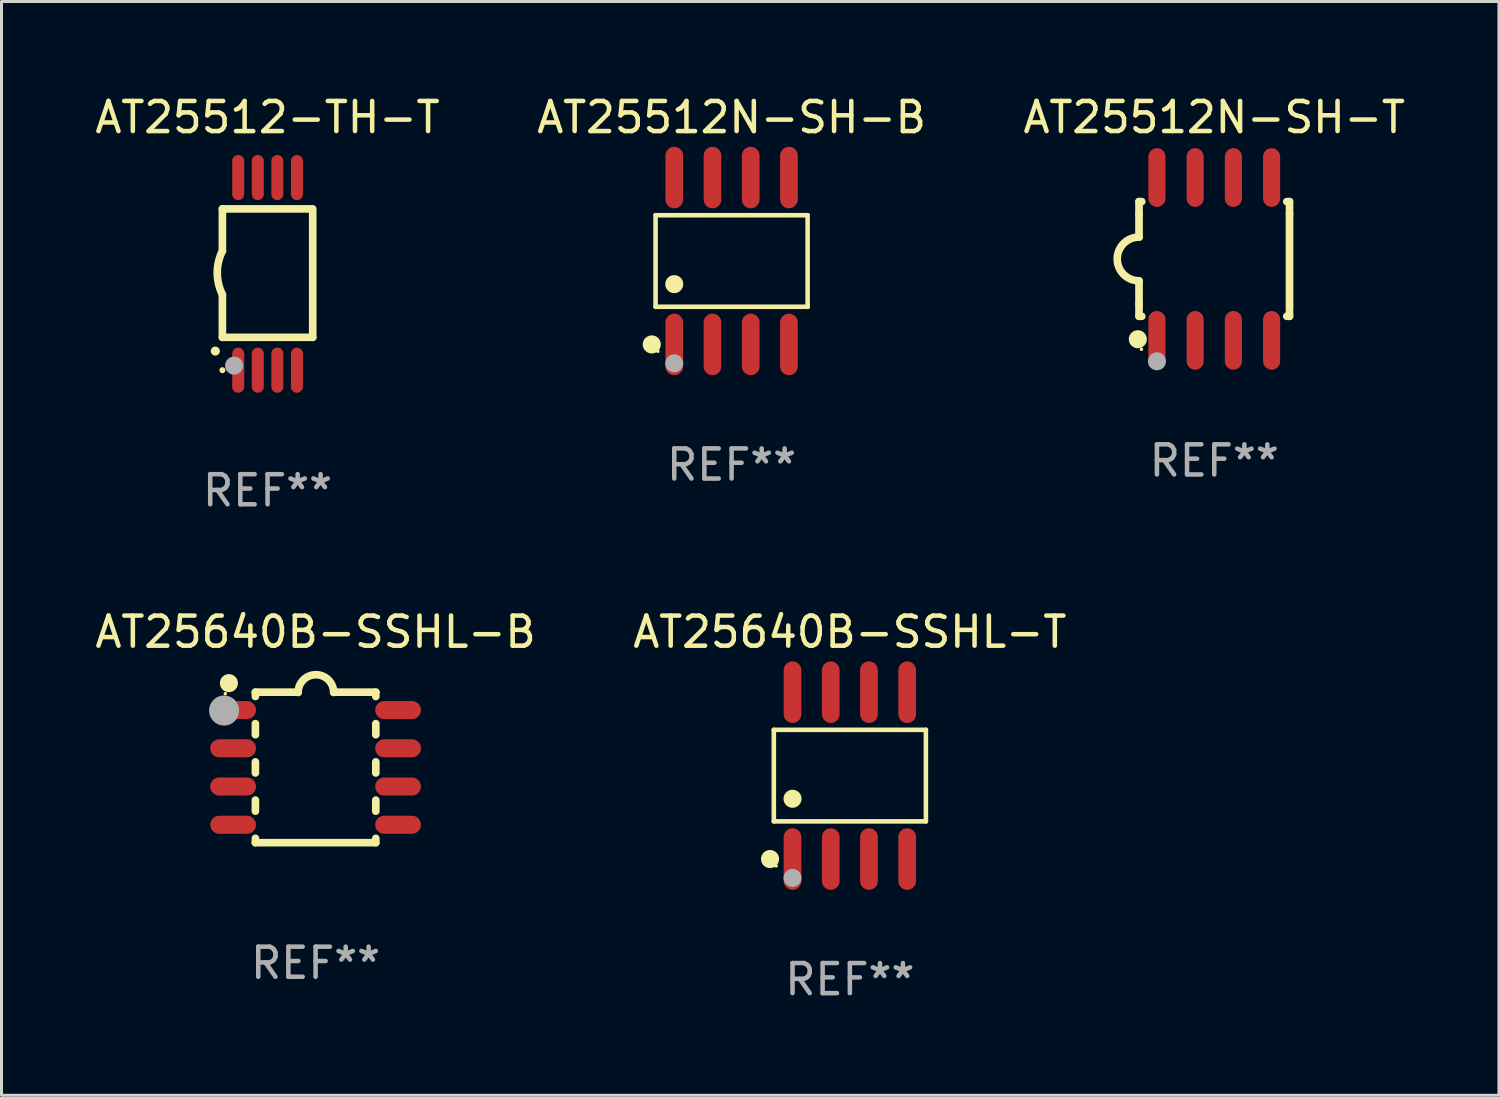
<source format=kicad_pcb>
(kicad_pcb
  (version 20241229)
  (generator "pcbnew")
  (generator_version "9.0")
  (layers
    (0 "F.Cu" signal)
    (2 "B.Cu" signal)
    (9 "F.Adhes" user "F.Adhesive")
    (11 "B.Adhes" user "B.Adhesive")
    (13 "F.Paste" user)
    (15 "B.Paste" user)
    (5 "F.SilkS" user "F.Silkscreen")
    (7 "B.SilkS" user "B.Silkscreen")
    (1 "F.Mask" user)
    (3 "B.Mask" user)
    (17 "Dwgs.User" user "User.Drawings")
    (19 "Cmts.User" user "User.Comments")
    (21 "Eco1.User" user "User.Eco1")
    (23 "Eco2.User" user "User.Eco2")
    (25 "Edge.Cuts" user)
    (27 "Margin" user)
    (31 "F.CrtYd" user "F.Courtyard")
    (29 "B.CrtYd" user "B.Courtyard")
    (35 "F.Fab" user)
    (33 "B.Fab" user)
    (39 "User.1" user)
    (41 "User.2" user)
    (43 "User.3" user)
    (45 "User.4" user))
  (footprint "AT25640B-SSHL-T"
    (layer "F.Cu")
    (at 25.185 22.718)
    (property "Reference" "AT25640B-SSHL-T" (at 0 -4.772 0) (layer "F.SilkS") (effects (font (size 1 1) (thickness 0.15))))
    (attr through_hole)
    (fp_line (start -2.526 -1.521) (end 2.526 -1.521) (stroke (width 0.152) (type solid)) (layer "F.SilkS"))
    (fp_line (start -2.526 1.521) (end -2.526 -1.521) (stroke (width 0.152) (type solid)) (layer "F.SilkS"))
    (fp_line (start 2.526 -1.521) (end 2.526 1.521) (stroke (width 0.152) (type solid)) (layer "F.SilkS"))
    (fp_line (start 2.526 1.521) (end -2.526 1.521) (stroke (width 0.152) (type solid)) (layer "F.SilkS"))
    (fp_circle (center -2.652 2.772) (end -2.501 2.772) (stroke (width 0.3) (type solid)) (fill no) (layer "F.SilkS"))
    (fp_circle (center -2.45 3) (end -2.42 3) (stroke (width 0.06) (type solid)) (fill no) (layer "F.SilkS"))
    (fp_circle (center -1.905 0.769) (end -1.755 0.769) (stroke (width 0.3) (type solid)) (fill no) (layer "F.SilkS"))
    (fp_circle (center -1.905 3.4) (end -1.755 3.4) (stroke (width 0.3) (type solid)) (fill no) (layer "F.Fab"))
    (fp_text user "REF**" (at 0 6.772 0) (layer "F.Fab") (effects (font (size 1 1) (thickness 0.15))))
    (pad "1" smd oval (at -1.905 2.772) (size 0.588 2.045) (layers "F.Cu" "F.Mask" "F.Paste"))
    (pad "2" smd oval (at -0.635 2.772) (size 0.588 2.045) (layers "F.Cu" "F.Mask" "F.Paste"))
    (pad "3" smd oval (at 0.635 2.772) (size 0.588 2.045) (layers "F.Cu" "F.Mask" "F.Paste"))
    (pad "4" smd oval (at 1.905 2.772) (size 0.588 2.045) (layers "F.Cu" "F.Mask" "F.Paste"))
    (pad "5" smd oval (at 1.905 -2.772) (size 0.588 2.045) (layers "F.Cu" "F.Mask" "F.Paste"))
    (pad "6" smd oval (at 0.635 -2.772) (size 0.588 2.045) (layers "F.Cu" "F.Mask" "F.Paste"))
    (pad "7" smd oval (at -0.635 -2.772) (size 0.588 2.045) (layers "F.Cu" "F.Mask" "F.Paste"))
    (pad "8" smd oval (at -1.905 -2.772) (size 0.588 2.045) (layers "F.Cu" "F.Mask" "F.Paste")))
  (footprint "AT25640B-SSHL-B"
    (layer "F.Cu")
    (at 7.435 22.446)
    (property "Reference" "AT25640B-SSHL-B" (at 0 -4.5 0) (layer "F.SilkS") (effects (font (size 1 1) (thickness 0.15))))
    (attr through_hole)
    (fp_line (start -2 -2.5) (end -2 -2.356) (stroke (width 0.254) (type solid)) (layer "F.SilkS"))
    (fp_line (start -2 -1.454) (end -2 -1.086) (stroke (width 0.254) (type solid)) (layer "F.SilkS"))
    (fp_line (start -2 -0.184) (end -2 0.184) (stroke (width 0.254) (type solid)) (layer "F.SilkS"))
    (fp_line (start -2 1.086) (end -2 1.454) (stroke (width 0.254) (type solid)) (layer "F.SilkS"))
    (fp_line (start -2 2.356) (end -2 2.5) (stroke (width 0.254) (type solid)) (layer "F.SilkS"))
    (fp_line (start -0.58 -2.5) (end -2 -2.5) (stroke (width 0.254) (type solid)) (layer "F.SilkS"))
    (fp_line (start 2 -2.5) (end 0.6 -2.5) (stroke (width 0.254) (type solid)) (layer "F.SilkS"))
    (fp_line (start 2 -2.5) (end 2 -2.356) (stroke (width 0.254) (type solid)) (layer "F.SilkS"))
    (fp_line (start 2 -1.454) (end 2 -1.086) (stroke (width 0.254) (type solid)) (layer "F.SilkS"))
    (fp_line (start 2 -0.184) (end 2 0.184) (stroke (width 0.254) (type solid)) (layer "F.SilkS"))
    (fp_line (start 2 1.086) (end 2 1.454) (stroke (width 0.254) (type solid)) (layer "F.SilkS"))
    (fp_line (start 2 2.356) (end 2 2.5) (stroke (width 0.254) (type solid)) (layer "F.SilkS"))
    (fp_line (start 2 2.5) (end -2 2.5) (stroke (width 0.254) (type solid)) (layer "F.SilkS"))
    (fp_arc (start -0.579908 -2.489992) (mid 0.010097 -3.07831) (end 0.600102 -2.489992) (stroke (width 0.254001) (type solid)) (layer "F.SilkS"))
    (fp_circle (center -3 -2.45) (end -2.97 -2.45) (stroke (width 0.06) (type solid)) (fill no) (layer "F.SilkS"))
    (fp_circle (center -2.88 -2.8) (end -2.73 -2.8) (stroke (width 0.3) (type solid)) (fill no) (layer "F.SilkS"))
    (fp_circle (center -3.04 -1.89) (end -2.79 -1.89) (stroke (width 0.5) (type solid)) (fill no) (layer "F.Fab"))
    (fp_text user "REF**" (at 0 6.5 0) (layer "F.Fab") (effects (font (size 1 1) (thickness 0.15))))
    (pad "1" smd oval (at -2.74 -1.905 90) (size 0.6 1.52) (layers "F.Cu" "F.Mask" "F.Paste"))
    (pad "2" smd oval (at -2.74 -0.635 90) (size 0.6 1.52) (layers "F.Cu" "F.Mask" "F.Paste"))
    (pad "3" smd oval (at -2.74 0.635 90) (size 0.6 1.52) (layers "F.Cu" "F.Mask" "F.Paste"))
    (pad "4" smd oval (at -2.74 1.905 90) (size 0.6 1.52) (layers "F.Cu" "F.Mask" "F.Paste"))
    (pad "5" smd oval (at 2.74 1.905 90) (size 0.6 1.52) (layers "F.Cu" "F.Mask" "F.Paste"))
    (pad "6" smd oval (at 2.74 0.635 90) (size 0.6 1.52) (layers "F.Cu" "F.Mask" "F.Paste"))
    (pad "7" smd oval (at 2.74 -0.635 90) (size 0.6 1.52) (layers "F.Cu" "F.Mask" "F.Paste"))
    (pad "8" smd oval (at 2.74 -1.905 90) (size 0.6 1.52) (layers "F.Cu" "F.Mask" "F.Paste")))
  (footprint "AT25512N-SH-T"
    (layer "F.Cu")
    (at 37.292 5.553)
    (property "Reference" "AT25512N-SH-T" (at 0 -4.705 0) (layer "F.SilkS") (effects (font (size 1 1) (thickness 0.15))))
    (attr through_hole)
    (fp_line (start -2.5 -1.905) (end -2.409 -1.905) (stroke (width 0.254) (type solid)) (layer "F.SilkS"))
    (fp_line (start -2.5 -1.5) (end -2.5 -1.905) (stroke (width 0.254) (type solid)) (layer "F.SilkS"))
    (fp_line (start -2.5 -1.5) (end -2.5 -0.726) (stroke (width 0.254) (type solid)) (layer "F.SilkS"))
    (fp_line (start -2.5 1.5) (end -2.5 0.727) (stroke (width 0.254) (type solid)) (layer "F.SilkS"))
    (fp_line (start -2.5 1.5) (end -2.5 1.905) (stroke (width 0.254) (type solid)) (layer "F.SilkS"))
    (fp_line (start -2.5 1.905) (end -2.409 1.905) (stroke (width 0.254) (type solid)) (layer "F.SilkS"))
    (fp_line (start 2.5 -1.905) (end 2.409 -1.905) (stroke (width 0.254) (type solid)) (layer "F.SilkS"))
    (fp_line (start 2.5 -1.5) (end 2.5 -1.905) (stroke (width 0.254) (type solid)) (layer "F.SilkS"))
    (fp_line (start 2.5 -1.5) (end 2.5 1.5) (stroke (width 0.254) (type solid)) (layer "F.SilkS"))
    (fp_line (start 2.5 1.5) (end 2.5 1.905) (stroke (width 0.254) (type solid)) (layer "F.SilkS"))
    (fp_line (start 2.5 1.905) (end 2.409 1.905) (stroke (width 0.254) (type solid)) (layer "F.SilkS"))
    (fp_arc (start -2.5 0.726568) (mid -3.220316 -0.0023) (end -2.495097 -0.726289) (stroke (width 0.254001) (type solid)) (layer "F.SilkS"))
    (fp_circle (center -2.54 2.667) (end -2.39 2.667) (stroke (width 0.3) (type solid)) (fill no) (layer "F.SilkS"))
    (fp_circle (center -2.42 3) (end -2.39 3) (stroke (width 0.06) (type solid)) (fill no) (layer "F.SilkS"))
    (fp_circle (center -1.905 3.4) (end -1.755 3.4) (stroke (width 0.3) (type solid)) (fill no) (layer "F.Fab"))
    (fp_text user "REF**" (at 0 6.705 0) (layer "F.Fab") (effects (font (size 1 1) (thickness 0.15))))
    (pad "1" smd oval (at -1.905 2.705) (size 0.568 1.95) (layers "F.Cu" "F.Mask" "F.Paste"))
    (pad "2" smd oval (at -0.635 2.705) (size 0.568 1.95) (layers "F.Cu" "F.Mask" "F.Paste"))
    (pad "3" smd oval (at 0.635 2.705) (size 0.568 1.95) (layers "F.Cu" "F.Mask" "F.Paste"))
    (pad "4" smd oval (at 1.905 2.705) (size 0.568 1.95) (layers "F.Cu" "F.Mask" "F.Paste"))
    (pad "5" smd oval (at 1.905 -2.705) (size 0.568 1.95) (layers "F.Cu" "F.Mask" "F.Paste"))
    (pad "6" smd oval (at 0.635 -2.705) (size 0.568 1.95) (layers "F.Cu" "F.Mask" "F.Paste"))
    (pad "7" smd oval (at -0.635 -2.705) (size 0.568 1.95) (layers "F.Cu" "F.Mask" "F.Paste"))
    (pad "8" smd oval (at -1.905 -2.705) (size 0.568 1.95) (layers "F.Cu" "F.Mask" "F.Paste")))
  (footprint "AT25512N-SH-B"
    (layer "F.Cu")
    (at 21.256 5.621)
    (property "Reference" "AT25512N-SH-B" (at 0 -4.772 0) (layer "F.SilkS") (effects (font (size 1 1) (thickness 0.15))))
    (attr through_hole)
    (fp_line (start -2.526 -1.521) (end 2.526 -1.521) (stroke (width 0.152) (type solid)) (layer "F.SilkS"))
    (fp_line (start -2.526 1.521) (end -2.526 -1.521) (stroke (width 0.152) (type solid)) (layer "F.SilkS"))
    (fp_line (start 2.526 -1.521) (end 2.526 1.521) (stroke (width 0.152) (type solid)) (layer "F.SilkS"))
    (fp_line (start 2.526 1.521) (end -2.526 1.521) (stroke (width 0.152) (type solid)) (layer "F.SilkS"))
    (fp_circle (center -2.652 2.772) (end -2.501 2.772) (stroke (width 0.3) (type solid)) (fill no) (layer "F.SilkS"))
    (fp_circle (center -2.45 3) (end -2.42 3) (stroke (width 0.06) (type solid)) (fill no) (layer "F.SilkS"))
    (fp_circle (center -1.905 0.769) (end -1.755 0.769) (stroke (width 0.3) (type solid)) (fill no) (layer "F.SilkS"))
    (fp_circle (center -1.905 3.4) (end -1.755 3.4) (stroke (width 0.3) (type solid)) (fill no) (layer "F.Fab"))
    (fp_text user "REF**" (at 0 6.772 0) (layer "F.Fab") (effects (font (size 1 1) (thickness 0.15))))
    (pad "1" smd oval (at -1.905 2.772) (size 0.588 2.045) (layers "F.Cu" "F.Mask" "F.Paste"))
    (pad "2" smd oval (at -0.635 2.772) (size 0.588 2.045) (layers "F.Cu" "F.Mask" "F.Paste"))
    (pad "3" smd oval (at 0.635 2.772) (size 0.588 2.045) (layers "F.Cu" "F.Mask" "F.Paste"))
    (pad "4" smd oval (at 1.905 2.772) (size 0.588 2.045) (layers "F.Cu" "F.Mask" "F.Paste"))
    (pad "5" smd oval (at 1.905 -2.772) (size 0.588 2.045) (layers "F.Cu" "F.Mask" "F.Paste"))
    (pad "6" smd oval (at 0.635 -2.772) (size 0.588 2.045) (layers "F.Cu" "F.Mask" "F.Paste"))
    (pad "7" smd oval (at -0.635 -2.772) (size 0.588 2.045) (layers "F.Cu" "F.Mask" "F.Paste"))
    (pad "8" smd oval (at -1.905 -2.772) (size 0.588 2.045) (layers "F.Cu" "F.Mask" "F.Paste")))
  (footprint "AT25512-TH-T"
    (layer "F.Cu")
    (at 5.839 6.049)
    (property "Reference" "AT25512-TH-T" (at 0 -5.2 0) (layer "F.SilkS") (effects (font (size 1 1) (thickness 0.15))))
    (attr through_hole)
    (fp_line (start -1.5 -0.762) (end -1.5 -2.159) (stroke (width 0.254) (type solid)) (layer "F.SilkS"))
    (fp_line (start -1.5 2.108) (end -1.5 0.711) (stroke (width 0.254) (type solid)) (layer "F.SilkS"))
    (fp_line (start -1.5 2.108) (end 1.5 2.108) (stroke (width 0.254) (type solid)) (layer "F.SilkS"))
    (fp_line (start 1.463 -2.159) (end -1.5 -2.159) (stroke (width 0.254) (type solid)) (layer "F.SilkS"))
    (fp_line (start 1.5 2.108) (end 1.5 -2.159) (stroke (width 0.254) (type solid)) (layer "F.SilkS"))
    (fp_arc (start -1.737287 2.565405) (mid -1.736017 2.5654) (end -1.734747 2.565405) (stroke (width 0.3) (type solid)) (layer "F.SilkS"))
    (fp_arc (start -1.500076 0.685801) (mid -1.670966 -0.0381) (end -1.500076 -0.762002) (stroke (width 0.254001) (type solid)) (layer "F.SilkS"))
    (fp_circle (center -1.5 3.2) (end -1.45 3.2) (stroke (width 0.1) (type solid)) (fill no) (layer "F.SilkS"))
    (fp_circle (center -1.112 3.048) (end -0.962 3.048) (stroke (width 0.3) (type solid)) (fill no) (layer "F.Fab"))
    (fp_text user "REF**" (at 0 7.2 0) (layer "F.Fab") (effects (font (size 1 1) (thickness 0.15))))
    (pad "1" smd oval (at -0.975 3.2 180) (size 0.4 1.5) (layers "F.Cu" "F.Mask" "F.Paste"))
    (pad "2" smd oval (at -0.325 3.2 180) (size 0.4 1.5) (layers "F.Cu" "F.Mask" "F.Paste"))
    (pad "3" smd oval (at 0.325 3.2 180) (size 0.4 1.5) (layers "F.Cu" "F.Mask" "F.Paste"))
    (pad "4" smd oval (at 0.976 3.2 180) (size 0.4 1.5) (layers "F.Cu" "F.Mask" "F.Paste"))
    (pad "5" smd oval (at 0.976 -3.2 180) (size 0.4 1.5) (layers "F.Cu" "F.Mask" "F.Paste"))
    (pad "6" smd oval (at 0.325 -3.2 180) (size 0.4 1.5) (layers "F.Cu" "F.Mask" "F.Paste"))
    (pad "7" smd oval (at -0.325 -3.2 180) (size 0.4 1.5) (layers "F.Cu" "F.Mask" "F.Paste"))
    (pad "8" smd oval (at -0.975 -3.2 180) (size 0.4 1.5) (layers "F.Cu" "F.Mask" "F.Paste")))
  (gr_rect
    (start -3 -3)
    (end 46.75 33.339)
    (stroke (width 0.1) (type default))
    (fill no)
    (layer "Edge.Cuts")))
</source>
